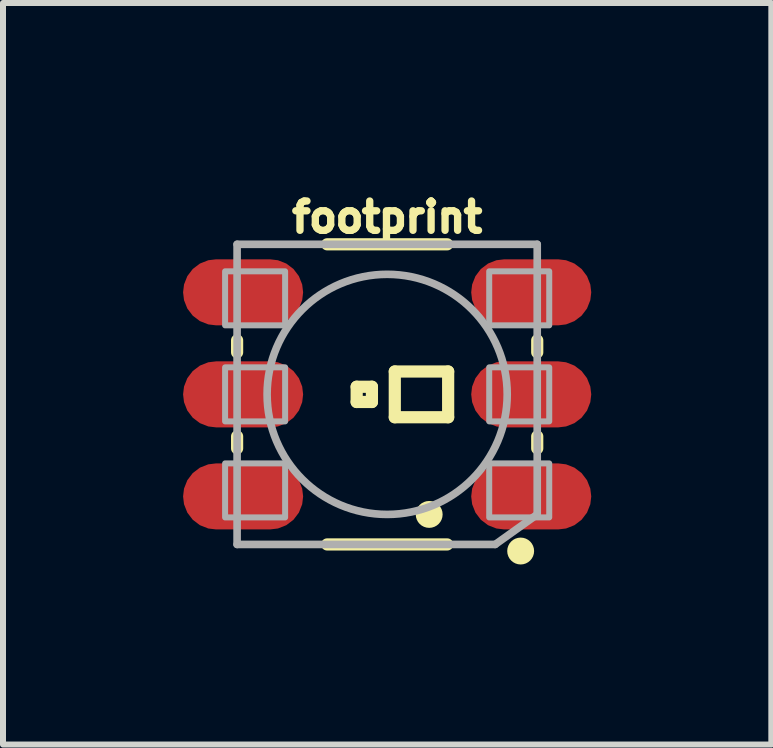
<source format=kicad_pcb>
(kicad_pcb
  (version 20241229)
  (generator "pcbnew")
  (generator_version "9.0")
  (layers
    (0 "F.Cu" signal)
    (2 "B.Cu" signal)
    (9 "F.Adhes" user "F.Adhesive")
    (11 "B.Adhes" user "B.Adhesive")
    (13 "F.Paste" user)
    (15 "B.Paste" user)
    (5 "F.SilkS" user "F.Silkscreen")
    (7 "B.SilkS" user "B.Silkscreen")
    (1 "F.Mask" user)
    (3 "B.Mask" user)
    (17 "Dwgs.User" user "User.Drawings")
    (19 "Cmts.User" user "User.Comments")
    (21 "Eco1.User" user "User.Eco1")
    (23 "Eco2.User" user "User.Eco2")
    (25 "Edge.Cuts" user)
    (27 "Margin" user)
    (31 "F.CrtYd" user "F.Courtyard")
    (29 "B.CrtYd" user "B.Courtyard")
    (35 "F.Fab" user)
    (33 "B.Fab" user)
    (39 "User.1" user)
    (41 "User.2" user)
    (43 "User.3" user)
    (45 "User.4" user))
  (footprint "footprint"
    (layer "F.Cu")
    (at 3.4 3.52)
    (property "Reference" "footprint" (at 0 -2.667 0) (layer "F.SilkS") (effects (font (size 0.488 0.488) (thickness 0.122)) (justify bottom)))
    (fp_line (start -2.5 -0.9) (end -2.5 -0.7) (stroke (width 0.203) (type solid)) (layer "F.SilkS"))
    (fp_line (start -2.5 0.7) (end -2.5 0.9) (stroke (width 0.203) (type solid)) (layer "F.SilkS"))
    (fp_line (start -0.508 -0.127) (end -0.254 -0.127) (stroke (width 0.203) (type solid)) (layer "F.SilkS"))
    (fp_line (start -0.508 0.127) (end -0.508 -0.127) (stroke (width 0.203) (type solid)) (layer "F.SilkS"))
    (fp_line (start -0.254 -0.127) (end -0.254 0.127) (stroke (width 0.203) (type solid)) (layer "F.SilkS"))
    (fp_line (start -0.254 0.127) (end -0.508 0.127) (stroke (width 0.203) (type solid)) (layer "F.SilkS"))
    (fp_line (start 0.127 -0.381) (end 1.016 -0.381) (stroke (width 0.203) (type solid)) (layer "F.SilkS"))
    (fp_line (start 0.127 0.381) (end 0.127 -0.381) (stroke (width 0.203) (type solid)) (layer "F.SilkS"))
    (fp_line (start 1 -2.5) (end -1 -2.5) (stroke (width 0.203) (type solid)) (layer "F.SilkS"))
    (fp_line (start 1 2.5) (end -1 2.5) (stroke (width 0.203) (type solid)) (layer "F.SilkS"))
    (fp_line (start 1.016 -0.381) (end 1.016 0.381) (stroke (width 0.203) (type solid)) (layer "F.SilkS"))
    (fp_line (start 1.016 0.381) (end 0.127 0.381) (stroke (width 0.203) (type solid)) (layer "F.SilkS"))
    (fp_line (start 2.5 -0.9) (end 2.5 -0.7) (stroke (width 0.203) (type solid)) (layer "F.SilkS"))
    (fp_line (start 2.5 0.7) (end 2.5 0.9) (stroke (width 0.203) (type solid)) (layer "F.SilkS"))
    (fp_circle (center 0.7 2) (end 0.812 2) (stroke (width 0.224) (type solid)) (fill yes) (layer "F.SilkS"))
    (fp_circle (center 2.224 2.61) (end 2.336 2.61) (stroke (width 0.224) (type solid)) (fill yes) (layer "F.SilkS"))
    (fp_line (start -2.5 -2.5) (end 2.5 -2.5) (stroke (width 0.127) (type solid)) (layer "F.Fab"))
    (fp_line (start -2.5 2.5) (end -2.5 -2.5) (stroke (width 0.127) (type solid)) (layer "F.Fab"))
    (fp_line (start 1.8 2.5) (end -2.5 2.5) (stroke (width 0.127) (type solid)) (layer "F.Fab"))
    (fp_line (start 2.5 -2.5) (end 2.5 2) (stroke (width 0.127) (type solid)) (layer "F.Fab"))
    (fp_line (start 2.5 2) (end 1.8 2.5) (stroke (width 0.127) (type solid)) (layer "F.Fab"))
    (fp_circle (center 0 0) (end 2 0) (stroke (width 0.127) (type solid)) (fill no) (layer "F.Fab"))
    (fp_poly (pts (xy -1.7 -2.05) (xy -2.7 -2.05) (xy -2.7 -1.15) (xy -1.7 -1.15)) (stroke (width 0.1) (type solid)) (fill no) (layer "F.Fab"))
    (fp_poly (pts (xy -1.7 -0.45) (xy -2.7 -0.45) (xy -2.7 0.45) (xy -1.7 0.45)) (stroke (width 0.1) (type solid)) (fill no) (layer "F.Fab"))
    (fp_poly (pts (xy -1.7 1.15) (xy -2.7 1.15) (xy -2.7 2.05) (xy -1.7 2.05)) (stroke (width 0.1) (type solid)) (fill no) (layer "F.Fab"))
    (fp_poly (pts (xy 1.7 -1.15) (xy 2.7 -1.15) (xy 2.7 -2.05) (xy 1.7 -2.05)) (stroke (width 0.1) (type solid)) (fill no) (layer "F.Fab"))
    (fp_poly (pts (xy 1.7 0.45) (xy 2.7 0.45) (xy 2.7 -0.45) (xy 1.7 -0.45)) (stroke (width 0.1) (type solid)) (fill no) (layer "F.Fab"))
    (fp_poly (pts (xy 1.7 2.05) (xy 2.7 2.05) (xy 2.7 1.15) (xy 1.7 1.15)) (stroke (width 0.1) (type solid)) (fill no) (layer "F.Fab"))
    (pad "DI" smd roundrect (at 2.4 0 180) (size 2 1.1) (layers "F.Cu" "F.Mask" "F.Paste") (roundrect_rratio 0.5))
    (pad "DO" smd roundrect (at 2.4 1.7 180) (size 2 1.1) (layers "F.Cu" "F.Mask" "F.Paste") (roundrect_rratio 0.5))
    (pad "GND" smd roundrect (at -2.4 1.7 180) (size 2 1.1) (layers "F.Cu" "F.Mask" "F.Paste") (roundrect_rratio 0.5))
    (pad "NC" smd roundrect (at -2.4 -1.7 180) (size 2 1.1) (layers "F.Cu" "F.Mask" "F.Paste") (roundrect_rratio 0.5))
    (pad "VCC@3" smd roundrect (at 2.4 -1.7 180) (size 2 1.1) (layers "F.Cu" "F.Mask" "F.Paste") (roundrect_rratio 0.5))
    (pad "VCC@5" smd roundrect (at -2.4 0 180) (size 2 1.1) (layers "F.Cu" "F.Mask" "F.Paste") (roundrect_rratio 0.5)))
  (gr_rect
    (start -3 -3)
    (end 9.8 9.354)
    (stroke (width 0.1) (type default))
    (fill no)
    (layer "Edge.Cuts")))
</source>
